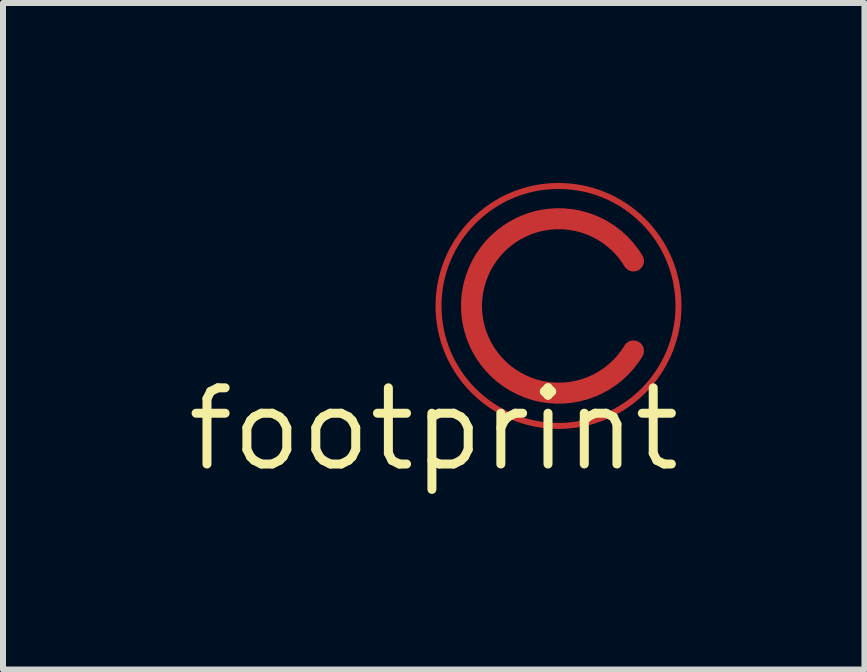
<source format=kicad_pcb>
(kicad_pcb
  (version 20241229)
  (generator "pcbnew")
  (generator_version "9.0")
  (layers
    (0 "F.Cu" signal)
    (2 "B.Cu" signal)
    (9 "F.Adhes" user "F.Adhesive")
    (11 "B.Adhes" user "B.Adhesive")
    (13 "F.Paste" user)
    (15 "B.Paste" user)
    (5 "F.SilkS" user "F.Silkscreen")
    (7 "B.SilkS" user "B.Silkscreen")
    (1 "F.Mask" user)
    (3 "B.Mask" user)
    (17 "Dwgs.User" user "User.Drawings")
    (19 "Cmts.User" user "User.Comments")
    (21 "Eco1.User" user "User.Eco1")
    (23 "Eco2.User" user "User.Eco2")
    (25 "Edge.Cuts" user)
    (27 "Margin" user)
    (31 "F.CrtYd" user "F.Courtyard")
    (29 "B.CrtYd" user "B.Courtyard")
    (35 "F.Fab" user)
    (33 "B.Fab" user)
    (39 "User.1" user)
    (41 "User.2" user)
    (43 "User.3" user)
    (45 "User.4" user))
  (footprint "footprint"
    (layer "F.Cu")
    (at 4.18 4.105)
    (property "Reference" "footprint" (at 0 0 0) (layer "F.SilkS") (effects (font (size 1.27 1.27) (thickness 0.15))))
    (fp_arc (start 3.33 -1.305) (mid 0.629934 -2.055) (end 3.33 -2.805) (stroke (width 0.35) (type solid)) (layer "F.Cu"))
    (fp_circle (center 2.08 -2.055) (end 4.08 -2.055) (stroke (width 0.1) (type solid)) (fill no) (layer "F.Cu")))
  (gr_rect
    (start -3 -3)
    (end 11.36 8.111)
    (stroke (width 0.1) (type default))
    (fill no)
    (layer "Edge.Cuts")))
</source>
